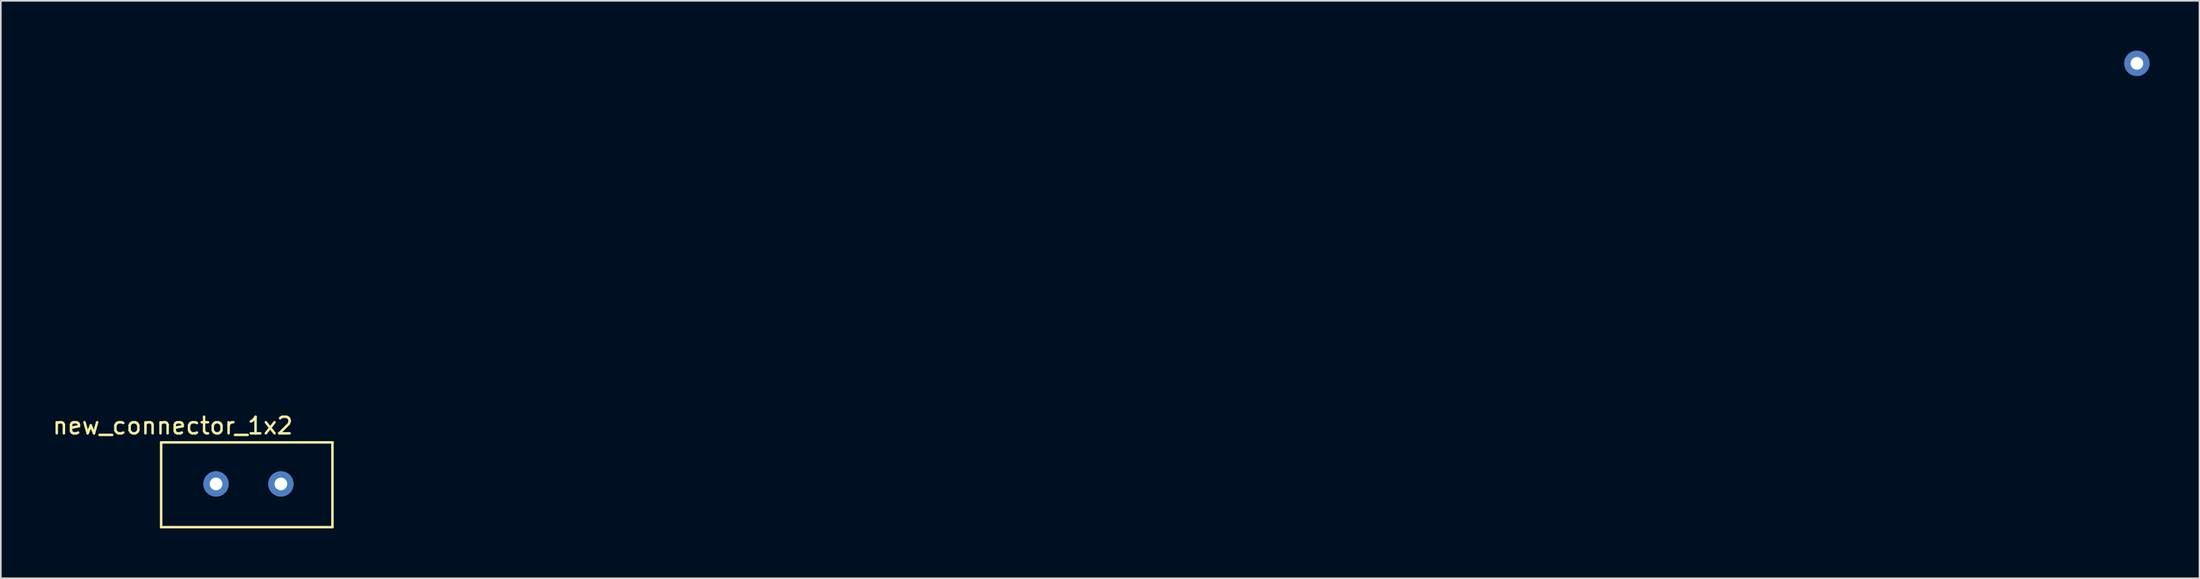
<source format=kicad_pcb>
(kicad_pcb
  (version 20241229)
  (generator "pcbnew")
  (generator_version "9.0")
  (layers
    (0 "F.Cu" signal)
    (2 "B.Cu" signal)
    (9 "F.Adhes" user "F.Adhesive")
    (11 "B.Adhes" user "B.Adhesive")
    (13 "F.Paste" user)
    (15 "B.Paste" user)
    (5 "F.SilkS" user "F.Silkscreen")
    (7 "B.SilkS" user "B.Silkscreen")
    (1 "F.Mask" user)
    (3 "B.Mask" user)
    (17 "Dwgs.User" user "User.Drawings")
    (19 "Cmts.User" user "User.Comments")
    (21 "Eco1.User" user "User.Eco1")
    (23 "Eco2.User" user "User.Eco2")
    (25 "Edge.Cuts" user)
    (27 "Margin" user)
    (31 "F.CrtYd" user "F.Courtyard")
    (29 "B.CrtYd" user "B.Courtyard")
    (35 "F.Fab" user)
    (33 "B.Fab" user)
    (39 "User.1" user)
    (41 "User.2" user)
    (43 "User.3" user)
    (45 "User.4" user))
  (footprint "new_connector_1x2"
    (layer "F.Cu")
    (at 7.339 22.062)
    (property "Reference" "new_connector_1x2" (at 0 0.5 0) (layer "F.SilkS") (effects (font (size 1 1) (thickness 0.15))))
    (attr through_hole)
    (fp_line (start -0.7 1.5) (end -0.7 6.6) (stroke (width 0.15) (type solid)) (layer "F.SilkS"))
    (fp_line (start -0.7 1.5) (end 9.6 1.5) (stroke (width 0.15) (type solid)) (layer "F.SilkS"))
    (fp_line (start -0.7 6.6) (end 9.6 6.6) (stroke (width 0.15) (type solid)) (layer "F.SilkS"))
    (fp_line (start 9.6 6.6) (end 9.6 1.5) (stroke (width 0.15) (type solid)) (layer "F.SilkS"))
    (fp_line (start 0 1.5) (end 0 6.6) (stroke (width 0.15) (type solid)) (layer "B.Paste"))
    (fp_line (start 0 1.5) (end 9 1.5) (stroke (width 0.15) (type solid)) (layer "B.Paste"))
    (fp_line (start 0 6.6) (end 9.1 6.6) (stroke (width 0.15) (type solid)) (layer "B.Paste"))
    (fp_line (start 9 1.5) (end 8.9 1.5) (stroke (width 0.15) (type solid)) (layer "B.Paste"))
    (fp_line (start 9.1 6.6) (end 9.1 1.5) (stroke (width 0.15) (type solid)) (layer "B.Paste"))
    (pad "3" thru_hole circle (at 118.1 -21.3) (size 1.524 1.524) (drill 0.762) (layers "*.Cu" "*.Mask"))
    (pad "4" thru_hole circle (at 2.6 4) (size 1.524 1.524) (drill 0.762) (layers "*.Cu" "*.Mask"))
    (pad "6" thru_hole circle (at 6.5 4) (size 1.524 1.524) (drill 0.762) (layers "*.Cu" "*.Mask")))
  (gr_rect
    (start -3 -3)
    (end 129.201 31.737)
    (stroke (width 0.1) (type default))
    (fill no)
    (layer "Edge.Cuts")))
</source>
